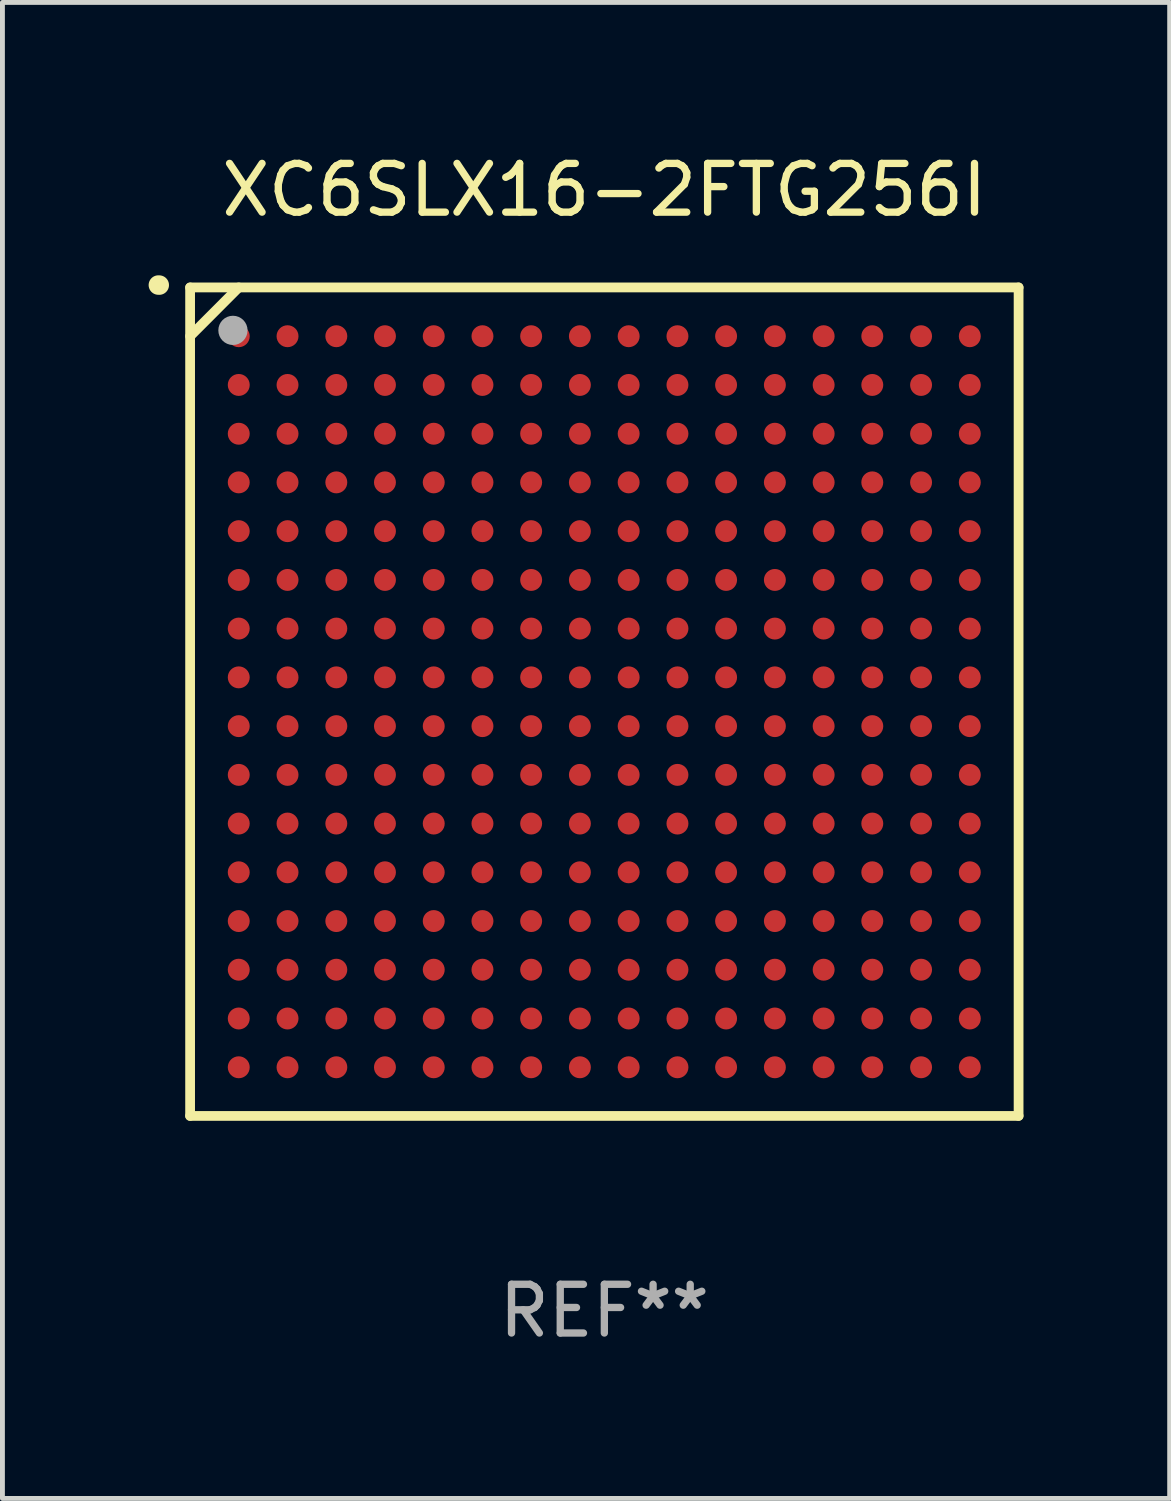
<source format=kicad_pcb>
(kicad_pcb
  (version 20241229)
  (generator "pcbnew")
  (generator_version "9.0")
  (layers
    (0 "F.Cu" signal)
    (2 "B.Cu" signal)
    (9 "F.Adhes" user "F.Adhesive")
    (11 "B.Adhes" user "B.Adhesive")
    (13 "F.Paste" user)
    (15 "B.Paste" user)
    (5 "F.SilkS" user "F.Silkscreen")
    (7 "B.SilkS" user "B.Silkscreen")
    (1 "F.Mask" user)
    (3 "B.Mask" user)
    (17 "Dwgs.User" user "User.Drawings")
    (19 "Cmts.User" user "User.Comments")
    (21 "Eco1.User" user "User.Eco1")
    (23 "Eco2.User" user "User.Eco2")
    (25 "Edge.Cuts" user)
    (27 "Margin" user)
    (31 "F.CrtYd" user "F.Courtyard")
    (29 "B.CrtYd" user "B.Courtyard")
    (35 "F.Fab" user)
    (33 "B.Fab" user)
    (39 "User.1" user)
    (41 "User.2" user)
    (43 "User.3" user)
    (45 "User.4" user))
  (footprint "XC6SLX16-2FTG256I"
    (layer "F.Cu")
    (at 9.351 11.348)
    (property "Reference" "XC6SLX16-2FTG256I" (at 0 -10.5 0) (layer "F.SilkS") (effects (font (size 1 1) (thickness 0.15))))
    (attr through_hole)
    (fp_line (start -8.5 -8.5) (end 8.5 -8.5) (stroke (width 0.2) (type solid)) (layer "F.SilkS"))
    (fp_line (start -8.5 -7.499) (end -7.502 -8.5) (stroke (width 0.2) (type solid)) (layer "F.SilkS"))
    (fp_line (start -8.5 8.5) (end -8.5 -8.5) (stroke (width 0.2) (type solid)) (layer "F.SilkS"))
    (fp_line (start 8.5 -8.5) (end 8.5 8.5) (stroke (width 0.2) (type solid)) (layer "F.SilkS"))
    (fp_line (start 8.5 8.5) (end -8.5 8.5) (stroke (width 0.2) (type solid)) (layer "F.SilkS"))
    (fp_arc (start -9.151181 -8.548768) (mid -9.142295 -8.548541) (end -9.133426 -8.547955) (stroke (width 0.4) (type solid)) (layer "F.SilkS"))
    (fp_circle (center -8.501 -8.499) (end -8.471 -8.499) (stroke (width 0.06) (type solid)) (fill no) (layer "F.SilkS"))
    (fp_circle (center -7.621 -7.619) (end -7.471 -7.619) (stroke (width 0.3) (type solid)) (fill no) (layer "F.Fab"))
    (fp_text user "REF**" (at 0 12.5 0) (layer "F.Fab") (effects (font (size 1 1) (thickness 0.15))))
    (pad "A1" smd circle (at -7.502 -7.499) (size 0.45 0.45) (layers "F.Cu" "F.Mask" "F.Paste"))
    (pad "A2" smd circle (at -6.501 -7.499) (size 0.45 0.45) (layers "F.Cu" "F.Mask" "F.Paste"))
    (pad "A3" smd circle (at -5.5 -7.499) (size 0.45 0.45) (layers "F.Cu" "F.Mask" "F.Paste"))
    (pad "A4" smd circle (at -4.502 -7.499) (size 0.45 0.45) (layers "F.Cu" "F.Mask" "F.Paste"))
    (pad "A5" smd circle (at -3.501 -7.499) (size 0.45 0.45) (layers "F.Cu" "F.Mask" "F.Paste"))
    (pad "A6" smd circle (at -2.501 -7.499) (size 0.45 0.45) (layers "F.Cu" "F.Mask" "F.Paste"))
    (pad "A7" smd circle (at -1.502 -7.499) (size 0.45 0.45) (layers "F.Cu" "F.Mask" "F.Paste"))
    (pad "A8" smd circle (at -0.502 -7.499) (size 0.45 0.45) (layers "F.Cu" "F.Mask" "F.Paste"))
    (pad "A9" smd circle (at 0.499 -7.499) (size 0.45 0.45) (layers "F.Cu" "F.Mask" "F.Paste"))
    (pad "A10" smd circle (at 1.5 -7.499) (size 0.45 0.45) (layers "F.Cu" "F.Mask" "F.Paste"))
    (pad "A11" smd circle (at 2.498 -7.499) (size 0.45 0.45) (layers "F.Cu" "F.Mask" "F.Paste"))
    (pad "A12" smd circle (at 3.499 -7.499) (size 0.45 0.45) (layers "F.Cu" "F.Mask" "F.Paste"))
    (pad "A13" smd circle (at 4.5 -7.499) (size 0.45 0.45) (layers "F.Cu" "F.Mask" "F.Paste"))
    (pad "A14" smd circle (at 5.498 -7.499) (size 0.45 0.45) (layers "F.Cu" "F.Mask" "F.Paste"))
    (pad "A15" smd circle (at 6.499 -7.499) (size 0.45 0.45) (layers "F.Cu" "F.Mask" "F.Paste"))
    (pad "A16" smd circle (at 7.499 -7.499) (size 0.45 0.45) (layers "F.Cu" "F.Mask" "F.Paste"))
    (pad "B1" smd circle (at -7.502 -6.499) (size 0.45 0.45) (layers "F.Cu" "F.Mask" "F.Paste"))
    (pad "B2" smd circle (at -6.501 -6.499) (size 0.45 0.45) (layers "F.Cu" "F.Mask" "F.Paste"))
    (pad "B3" smd circle (at -5.5 -6.499) (size 0.45 0.45) (layers "F.Cu" "F.Mask" "F.Paste"))
    (pad "B4" smd circle (at -4.502 -6.499) (size 0.45 0.45) (layers "F.Cu" "F.Mask" "F.Paste"))
    (pad "B5" smd circle (at -3.501 -6.499) (size 0.45 0.45) (layers "F.Cu" "F.Mask" "F.Paste"))
    (pad "B6" smd circle (at -2.501 -6.499) (size 0.45 0.45) (layers "F.Cu" "F.Mask" "F.Paste"))
    (pad "B7" smd circle (at -1.502 -6.499) (size 0.45 0.45) (layers "F.Cu" "F.Mask" "F.Paste"))
    (pad "B8" smd circle (at -0.502 -6.499) (size 0.45 0.45) (layers "F.Cu" "F.Mask" "F.Paste"))
    (pad "B9" smd circle (at 0.499 -6.499) (size 0.45 0.45) (layers "F.Cu" "F.Mask" "F.Paste"))
    (pad "B10" smd circle (at 1.5 -6.499) (size 0.45 0.45) (layers "F.Cu" "F.Mask" "F.Paste"))
    (pad "B11" smd circle (at 2.498 -6.499) (size 0.45 0.45) (layers "F.Cu" "F.Mask" "F.Paste"))
    (pad "B12" smd circle (at 3.499 -6.499) (size 0.45 0.45) (layers "F.Cu" "F.Mask" "F.Paste"))
    (pad "B13" smd circle (at 4.5 -6.499) (size 0.45 0.45) (layers "F.Cu" "F.Mask" "F.Paste"))
    (pad "B14" smd circle (at 5.498 -6.499) (size 0.45 0.45) (layers "F.Cu" "F.Mask" "F.Paste"))
    (pad "B15" smd circle (at 6.499 -6.499) (size 0.45 0.45) (layers "F.Cu" "F.Mask" "F.Paste"))
    (pad "B16" smd circle (at 7.499 -6.499) (size 0.45 0.45) (layers "F.Cu" "F.Mask" "F.Paste"))
    (pad "C1" smd circle (at -7.502 -5.498) (size 0.45 0.45) (layers "F.Cu" "F.Mask" "F.Paste"))
    (pad "C2" smd circle (at -6.501 -5.498) (size 0.45 0.45) (layers "F.Cu" "F.Mask" "F.Paste"))
    (pad "C3" smd circle (at -5.5 -5.498) (size 0.45 0.45) (layers "F.Cu" "F.Mask" "F.Paste"))
    (pad "C4" smd circle (at -4.502 -5.498) (size 0.45 0.45) (layers "F.Cu" "F.Mask" "F.Paste"))
    (pad "C5" smd circle (at -3.501 -5.498) (size 0.45 0.45) (layers "F.Cu" "F.Mask" "F.Paste"))
    (pad "C6" smd circle (at -2.501 -5.498) (size 0.45 0.45) (layers "F.Cu" "F.Mask" "F.Paste"))
    (pad "C7" smd circle (at -1.502 -5.498) (size 0.45 0.45) (layers "F.Cu" "F.Mask" "F.Paste"))
    (pad "C8" smd circle (at -0.502 -5.498) (size 0.45 0.45) (layers "F.Cu" "F.Mask" "F.Paste"))
    (pad "C9" smd circle (at 0.499 -5.498) (size 0.45 0.45) (layers "F.Cu" "F.Mask" "F.Paste"))
    (pad "C10" smd circle (at 1.5 -5.498) (size 0.45 0.45) (layers "F.Cu" "F.Mask" "F.Paste"))
    (pad "C11" smd circle (at 2.498 -5.498) (size 0.45 0.45) (layers "F.Cu" "F.Mask" "F.Paste"))
    (pad "C12" smd circle (at 3.499 -5.498) (size 0.45 0.45) (layers "F.Cu" "F.Mask" "F.Paste"))
    (pad "C13" smd circle (at 4.5 -5.498) (size 0.45 0.45) (layers "F.Cu" "F.Mask" "F.Paste"))
    (pad "C14" smd circle (at 5.498 -5.498) (size 0.45 0.45) (layers "F.Cu" "F.Mask" "F.Paste"))
    (pad "C15" smd circle (at 6.499 -5.498) (size 0.45 0.45) (layers "F.Cu" "F.Mask" "F.Paste"))
    (pad "C16" smd circle (at 7.499 -5.498) (size 0.45 0.45) (layers "F.Cu" "F.Mask" "F.Paste"))
    (pad "D1" smd circle (at -7.502 -4.5) (size 0.45 0.45) (layers "F.Cu" "F.Mask" "F.Paste"))
    (pad "D2" smd circle (at -6.501 -4.5) (size 0.45 0.45) (layers "F.Cu" "F.Mask" "F.Paste"))
    (pad "D3" smd circle (at -5.5 -4.5) (size 0.45 0.45) (layers "F.Cu" "F.Mask" "F.Paste"))
    (pad "D4" smd circle (at -4.502 -4.5) (size 0.45 0.45) (layers "F.Cu" "F.Mask" "F.Paste"))
    (pad "D5" smd circle (at -3.501 -4.5) (size 0.45 0.45) (layers "F.Cu" "F.Mask" "F.Paste"))
    (pad "D6" smd circle (at -2.501 -4.5) (size 0.45 0.45) (layers "F.Cu" "F.Mask" "F.Paste"))
    (pad "D7" smd circle (at -1.502 -4.5) (size 0.45 0.45) (layers "F.Cu" "F.Mask" "F.Paste"))
    (pad "D8" smd circle (at -0.502 -4.5) (size 0.45 0.45) (layers "F.Cu" "F.Mask" "F.Paste"))
    (pad "D9" smd circle (at 0.499 -4.5) (size 0.45 0.45) (layers "F.Cu" "F.Mask" "F.Paste"))
    (pad "D10" smd circle (at 1.5 -4.5) (size 0.45 0.45) (layers "F.Cu" "F.Mask" "F.Paste"))
    (pad "D11" smd circle (at 2.498 -4.5) (size 0.45 0.45) (layers "F.Cu" "F.Mask" "F.Paste"))
    (pad "D12" smd circle (at 3.499 -4.5) (size 0.45 0.45) (layers "F.Cu" "F.Mask" "F.Paste"))
    (pad "D13" smd circle (at 4.5 -4.5) (size 0.45 0.45) (layers "F.Cu" "F.Mask" "F.Paste"))
    (pad "D14" smd circle (at 5.498 -4.5) (size 0.45 0.45) (layers "F.Cu" "F.Mask" "F.Paste"))
    (pad "D15" smd circle (at 6.499 -4.5) (size 0.45 0.45) (layers "F.Cu" "F.Mask" "F.Paste"))
    (pad "D16" smd circle (at 7.499 -4.5) (size 0.45 0.45) (layers "F.Cu" "F.Mask" "F.Paste"))
    (pad "E1" smd circle (at -7.502 -3.499) (size 0.45 0.45) (layers "F.Cu" "F.Mask" "F.Paste"))
    (pad "E2" smd circle (at -6.501 -3.499) (size 0.45 0.45) (layers "F.Cu" "F.Mask" "F.Paste"))
    (pad "E3" smd circle (at -5.5 -3.499) (size 0.45 0.45) (layers "F.Cu" "F.Mask" "F.Paste"))
    (pad "E4" smd circle (at -4.502 -3.499) (size 0.45 0.45) (layers "F.Cu" "F.Mask" "F.Paste"))
    (pad "E5" smd circle (at -3.501 -3.499) (size 0.45 0.45) (layers "F.Cu" "F.Mask" "F.Paste"))
    (pad "E6" smd circle (at -2.501 -3.499) (size 0.45 0.45) (layers "F.Cu" "F.Mask" "F.Paste"))
    (pad "E7" smd circle (at -1.502 -3.499) (size 0.45 0.45) (layers "F.Cu" "F.Mask" "F.Paste"))
    (pad "E8" smd circle (at -0.502 -3.499) (size 0.45 0.45) (layers "F.Cu" "F.Mask" "F.Paste"))
    (pad "E9" smd circle (at 0.499 -3.499) (size 0.45 0.45) (layers "F.Cu" "F.Mask" "F.Paste"))
    (pad "E10" smd circle (at 1.5 -3.499) (size 0.45 0.45) (layers "F.Cu" "F.Mask" "F.Paste"))
    (pad "E11" smd circle (at 2.498 -3.499) (size 0.45 0.45) (layers "F.Cu" "F.Mask" "F.Paste"))
    (pad "E12" smd circle (at 3.499 -3.499) (size 0.45 0.45) (layers "F.Cu" "F.Mask" "F.Paste"))
    (pad "E13" smd circle (at 4.5 -3.499) (size 0.45 0.45) (layers "F.Cu" "F.Mask" "F.Paste"))
    (pad "E14" smd circle (at 5.498 -3.499) (size 0.45 0.45) (layers "F.Cu" "F.Mask" "F.Paste"))
    (pad "E15" smd circle (at 6.499 -3.499) (size 0.45 0.45) (layers "F.Cu" "F.Mask" "F.Paste"))
    (pad "E16" smd circle (at 7.499 -3.499) (size 0.45 0.45) (layers "F.Cu" "F.Mask" "F.Paste"))
    (pad "F1" smd circle (at -7.502 -2.498) (size 0.45 0.45) (layers "F.Cu" "F.Mask" "F.Paste"))
    (pad "F2" smd circle (at -6.501 -2.498) (size 0.45 0.45) (layers "F.Cu" "F.Mask" "F.Paste"))
    (pad "F3" smd circle (at -5.5 -2.498) (size 0.45 0.45) (layers "F.Cu" "F.Mask" "F.Paste"))
    (pad "F4" smd circle (at -4.502 -2.498) (size 0.45 0.45) (layers "F.Cu" "F.Mask" "F.Paste"))
    (pad "F5" smd circle (at -3.501 -2.498) (size 0.45 0.45) (layers "F.Cu" "F.Mask" "F.Paste"))
    (pad "F6" smd circle (at -2.501 -2.498) (size 0.45 0.45) (layers "F.Cu" "F.Mask" "F.Paste"))
    (pad "F7" smd circle (at -1.502 -2.498) (size 0.45 0.45) (layers "F.Cu" "F.Mask" "F.Paste"))
    (pad "F8" smd circle (at -0.502 -2.498) (size 0.45 0.45) (layers "F.Cu" "F.Mask" "F.Paste"))
    (pad "F9" smd circle (at 0.499 -2.498) (size 0.45 0.45) (layers "F.Cu" "F.Mask" "F.Paste"))
    (pad "F10" smd circle (at 1.5 -2.498) (size 0.45 0.45) (layers "F.Cu" "F.Mask" "F.Paste"))
    (pad "F11" smd circle (at 2.498 -2.498) (size 0.45 0.45) (layers "F.Cu" "F.Mask" "F.Paste"))
    (pad "F12" smd circle (at 3.499 -2.498) (size 0.45 0.45) (layers "F.Cu" "F.Mask" "F.Paste"))
    (pad "F13" smd circle (at 4.5 -2.498) (size 0.45 0.45) (layers "F.Cu" "F.Mask" "F.Paste"))
    (pad "F14" smd circle (at 5.498 -2.498) (size 0.45 0.45) (layers "F.Cu" "F.Mask" "F.Paste"))
    (pad "F15" smd circle (at 6.499 -2.498) (size 0.45 0.45) (layers "F.Cu" "F.Mask" "F.Paste"))
    (pad "F16" smd circle (at 7.499 -2.498) (size 0.45 0.45) (layers "F.Cu" "F.Mask" "F.Paste"))
    (pad "G1" smd circle (at -7.502 -1.5) (size 0.45 0.45) (layers "F.Cu" "F.Mask" "F.Paste"))
    (pad "G2" smd circle (at -6.501 -1.5) (size 0.45 0.45) (layers "F.Cu" "F.Mask" "F.Paste"))
    (pad "G3" smd circle (at -5.5 -1.5) (size 0.45 0.45) (layers "F.Cu" "F.Mask" "F.Paste"))
    (pad "G4" smd circle (at -4.502 -1.5) (size 0.45 0.45) (layers "F.Cu" "F.Mask" "F.Paste"))
    (pad "G5" smd circle (at -3.501 -1.5) (size 0.45 0.45) (layers "F.Cu" "F.Mask" "F.Paste"))
    (pad "G6" smd circle (at -2.501 -1.5) (size 0.45 0.45) (layers "F.Cu" "F.Mask" "F.Paste"))
    (pad "G7" smd circle (at -1.502 -1.5) (size 0.45 0.45) (layers "F.Cu" "F.Mask" "F.Paste"))
    (pad "G8" smd circle (at -0.502 -1.5) (size 0.45 0.45) (layers "F.Cu" "F.Mask" "F.Paste"))
    (pad "G9" smd circle (at 0.499 -1.5) (size 0.45 0.45) (layers "F.Cu" "F.Mask" "F.Paste"))
    (pad "G10" smd circle (at 1.5 -1.5) (size 0.45 0.45) (layers "F.Cu" "F.Mask" "F.Paste"))
    (pad "G11" smd circle (at 2.498 -1.5) (size 0.45 0.45) (layers "F.Cu" "F.Mask" "F.Paste"))
    (pad "G12" smd circle (at 3.499 -1.5) (size 0.45 0.45) (layers "F.Cu" "F.Mask" "F.Paste"))
    (pad "G13" smd circle (at 4.5 -1.5) (size 0.45 0.45) (layers "F.Cu" "F.Mask" "F.Paste"))
    (pad "G14" smd circle (at 5.498 -1.5) (size 0.45 0.45) (layers "F.Cu" "F.Mask" "F.Paste"))
    (pad "G15" smd circle (at 6.499 -1.5) (size 0.45 0.45) (layers "F.Cu" "F.Mask" "F.Paste"))
    (pad "G16" smd circle (at 7.499 -1.5) (size 0.45 0.45) (layers "F.Cu" "F.Mask" "F.Paste"))
    (pad "H1" smd circle (at -7.502 -0.499) (size 0.45 0.45) (layers "F.Cu" "F.Mask" "F.Paste"))
    (pad "H2" smd circle (at -6.501 -0.499) (size 0.45 0.45) (layers "F.Cu" "F.Mask" "F.Paste"))
    (pad "H3" smd circle (at -5.5 -0.499) (size 0.45 0.45) (layers "F.Cu" "F.Mask" "F.Paste"))
    (pad "H4" smd circle (at -4.502 -0.499) (size 0.45 0.45) (layers "F.Cu" "F.Mask" "F.Paste"))
    (pad "H5" smd circle (at -3.501 -0.499) (size 0.45 0.45) (layers "F.Cu" "F.Mask" "F.Paste"))
    (pad "H6" smd circle (at -2.501 -0.499) (size 0.45 0.45) (layers "F.Cu" "F.Mask" "F.Paste"))
    (pad "H7" smd circle (at -1.502 -0.499) (size 0.45 0.45) (layers "F.Cu" "F.Mask" "F.Paste"))
    (pad "H8" smd circle (at -0.502 -0.499) (size 0.45 0.45) (layers "F.Cu" "F.Mask" "F.Paste"))
    (pad "H9" smd circle (at 0.499 -0.499) (size 0.45 0.45) (layers "F.Cu" "F.Mask" "F.Paste"))
    (pad "H10" smd circle (at 1.5 -0.499) (size 0.45 0.45) (layers "F.Cu" "F.Mask" "F.Paste"))
    (pad "H11" smd circle (at 2.498 -0.499) (size 0.45 0.45) (layers "F.Cu" "F.Mask" "F.Paste"))
    (pad "H12" smd circle (at 3.499 -0.499) (size 0.45 0.45) (layers "F.Cu" "F.Mask" "F.Paste"))
    (pad "H13" smd circle (at 4.5 -0.499) (size 0.45 0.45) (layers "F.Cu" "F.Mask" "F.Paste"))
    (pad "H14" smd circle (at 5.498 -0.499) (size 0.45 0.45) (layers "F.Cu" "F.Mask" "F.Paste"))
    (pad "H15" smd circle (at 6.499 -0.499) (size 0.45 0.45) (layers "F.Cu" "F.Mask" "F.Paste"))
    (pad "H16" smd circle (at 7.499 -0.499) (size 0.45 0.45) (layers "F.Cu" "F.Mask" "F.Paste"))
    (pad "J1" smd circle (at -7.502 0.502) (size 0.45 0.45) (layers "F.Cu" "F.Mask" "F.Paste"))
    (pad "J2" smd circle (at -6.501 0.502) (size 0.45 0.45) (layers "F.Cu" "F.Mask" "F.Paste"))
    (pad "J3" smd circle (at -5.5 0.502) (size 0.45 0.45) (layers "F.Cu" "F.Mask" "F.Paste"))
    (pad "J4" smd circle (at -4.502 0.502) (size 0.45 0.45) (layers "F.Cu" "F.Mask" "F.Paste"))
    (pad "J5" smd circle (at -3.501 0.502) (size 0.45 0.45) (layers "F.Cu" "F.Mask" "F.Paste"))
    (pad "J6" smd circle (at -2.501 0.502) (size 0.45 0.45) (layers "F.Cu" "F.Mask" "F.Paste"))
    (pad "J7" smd circle (at -1.502 0.502) (size 0.45 0.45) (layers "F.Cu" "F.Mask" "F.Paste"))
    (pad "J8" smd circle (at -0.502 0.502) (size 0.45 0.45) (layers "F.Cu" "F.Mask" "F.Paste"))
    (pad "J9" smd circle (at 0.499 0.502) (size 0.45 0.45) (layers "F.Cu" "F.Mask" "F.Paste"))
    (pad "J10" smd circle (at 1.5 0.502) (size 0.45 0.45) (layers "F.Cu" "F.Mask" "F.Paste"))
    (pad "J11" smd circle (at 2.498 0.502) (size 0.45 0.45) (layers "F.Cu" "F.Mask" "F.Paste"))
    (pad "J12" smd circle (at 3.499 0.502) (size 0.45 0.45) (layers "F.Cu" "F.Mask" "F.Paste"))
    (pad "J13" smd circle (at 4.5 0.502) (size 0.45 0.45) (layers "F.Cu" "F.Mask" "F.Paste"))
    (pad "J14" smd circle (at 5.498 0.502) (size 0.45 0.45) (layers "F.Cu" "F.Mask" "F.Paste"))
    (pad "J15" smd circle (at 6.499 0.502) (size 0.45 0.45) (layers "F.Cu" "F.Mask" "F.Paste"))
    (pad "J16" smd circle (at 7.499 0.502) (size 0.45 0.45) (layers "F.Cu" "F.Mask" "F.Paste"))
    (pad "K1" smd circle (at -7.502 1.502) (size 0.45 0.45) (layers "F.Cu" "F.Mask" "F.Paste"))
    (pad "K2" smd circle (at -6.501 1.502) (size 0.45 0.45) (layers "F.Cu" "F.Mask" "F.Paste"))
    (pad "K3" smd circle (at -5.5 1.502) (size 0.45 0.45) (layers "F.Cu" "F.Mask" "F.Paste"))
    (pad "K4" smd circle (at -4.502 1.502) (size 0.45 0.45) (layers "F.Cu" "F.Mask" "F.Paste"))
    (pad "K5" smd circle (at -3.501 1.502) (size 0.45 0.45) (layers "F.Cu" "F.Mask" "F.Paste"))
    (pad "K6" smd circle (at -2.501 1.502) (size 0.45 0.45) (layers "F.Cu" "F.Mask" "F.Paste"))
    (pad "K7" smd circle (at -1.502 1.502) (size 0.45 0.45) (layers "F.Cu" "F.Mask" "F.Paste"))
    (pad "K8" smd circle (at -0.502 1.502) (size 0.45 0.45) (layers "F.Cu" "F.Mask" "F.Paste"))
    (pad "K9" smd circle (at 0.499 1.502) (size 0.45 0.45) (layers "F.Cu" "F.Mask" "F.Paste"))
    (pad "K10" smd circle (at 1.5 1.502) (size 0.45 0.45) (layers "F.Cu" "F.Mask" "F.Paste"))
    (pad "K11" smd circle (at 2.498 1.502) (size 0.45 0.45) (layers "F.Cu" "F.Mask" "F.Paste"))
    (pad "K12" smd circle (at 3.499 1.502) (size 0.45 0.45) (layers "F.Cu" "F.Mask" "F.Paste"))
    (pad "K13" smd circle (at 4.5 1.502) (size 0.45 0.45) (layers "F.Cu" "F.Mask" "F.Paste"))
    (pad "K14" smd circle (at 5.498 1.502) (size 0.45 0.45) (layers "F.Cu" "F.Mask" "F.Paste"))
    (pad "K15" smd circle (at 6.499 1.502) (size 0.45 0.45) (layers "F.Cu" "F.Mask" "F.Paste"))
    (pad "K16" smd circle (at 7.499 1.502) (size 0.45 0.45) (layers "F.Cu" "F.Mask" "F.Paste"))
    (pad "L1" smd circle (at -7.502 2.501) (size 0.45 0.45) (layers "F.Cu" "F.Mask" "F.Paste"))
    (pad "L2" smd circle (at -6.501 2.501) (size 0.45 0.45) (layers "F.Cu" "F.Mask" "F.Paste"))
    (pad "L3" smd circle (at -5.5 2.501) (size 0.45 0.45) (layers "F.Cu" "F.Mask" "F.Paste"))
    (pad "L4" smd circle (at -4.502 2.501) (size 0.45 0.45) (layers "F.Cu" "F.Mask" "F.Paste"))
    (pad "L5" smd circle (at -3.501 2.501) (size 0.45 0.45) (layers "F.Cu" "F.Mask" "F.Paste"))
    (pad "L6" smd circle (at -2.501 2.501) (size 0.45 0.45) (layers "F.Cu" "F.Mask" "F.Paste"))
    (pad "L7" smd circle (at -1.502 2.501) (size 0.45 0.45) (layers "F.Cu" "F.Mask" "F.Paste"))
    (pad "L8" smd circle (at -0.502 2.501) (size 0.45 0.45) (layers "F.Cu" "F.Mask" "F.Paste"))
    (pad "L9" smd circle (at 0.499 2.501) (size 0.45 0.45) (layers "F.Cu" "F.Mask" "F.Paste"))
    (pad "L10" smd circle (at 1.5 2.501) (size 0.45 0.45) (layers "F.Cu" "F.Mask" "F.Paste"))
    (pad "L11" smd circle (at 2.498 2.501) (size 0.45 0.45) (layers "F.Cu" "F.Mask" "F.Paste"))
    (pad "L12" smd circle (at 3.499 2.501) (size 0.45 0.45) (layers "F.Cu" "F.Mask" "F.Paste"))
    (pad "L13" smd circle (at 4.5 2.501) (size 0.45 0.45) (layers "F.Cu" "F.Mask" "F.Paste"))
    (pad "L14" smd circle (at 5.498 2.501) (size 0.45 0.45) (layers "F.Cu" "F.Mask" "F.Paste"))
    (pad "L15" smd circle (at 6.499 2.501) (size 0.45 0.45) (layers "F.Cu" "F.Mask" "F.Paste"))
    (pad "L16" smd circle (at 7.499 2.501) (size 0.45 0.45) (layers "F.Cu" "F.Mask" "F.Paste"))
    (pad "M1" smd circle (at -7.502 3.501) (size 0.45 0.45) (layers "F.Cu" "F.Mask" "F.Paste"))
    (pad "M2" smd circle (at -6.501 3.501) (size 0.45 0.45) (layers "F.Cu" "F.Mask" "F.Paste"))
    (pad "M3" smd circle (at -5.5 3.501) (size 0.45 0.45) (layers "F.Cu" "F.Mask" "F.Paste"))
    (pad "M4" smd circle (at -4.502 3.501) (size 0.45 0.45) (layers "F.Cu" "F.Mask" "F.Paste"))
    (pad "M5" smd circle (at -3.501 3.501) (size 0.45 0.45) (layers "F.Cu" "F.Mask" "F.Paste"))
    (pad "M6" smd circle (at -2.501 3.501) (size 0.45 0.45) (layers "F.Cu" "F.Mask" "F.Paste"))
    (pad "M7" smd circle (at -1.502 3.501) (size 0.45 0.45) (layers "F.Cu" "F.Mask" "F.Paste"))
    (pad "M8" smd circle (at -0.502 3.501) (size 0.45 0.45) (layers "F.Cu" "F.Mask" "F.Paste"))
    (pad "M9" smd circle (at 0.499 3.501) (size 0.45 0.45) (layers "F.Cu" "F.Mask" "F.Paste"))
    (pad "M10" smd circle (at 1.5 3.501) (size 0.45 0.45) (layers "F.Cu" "F.Mask" "F.Paste"))
    (pad "M11" smd circle (at 2.498 3.501) (size 0.45 0.45) (layers "F.Cu" "F.Mask" "F.Paste"))
    (pad "M12" smd circle (at 3.499 3.501) (size 0.45 0.45) (layers "F.Cu" "F.Mask" "F.Paste"))
    (pad "M13" smd circle (at 4.5 3.501) (size 0.45 0.45) (layers "F.Cu" "F.Mask" "F.Paste"))
    (pad "M14" smd circle (at 5.498 3.501) (size 0.45 0.45) (layers "F.Cu" "F.Mask" "F.Paste"))
    (pad "M15" smd circle (at 6.499 3.501) (size 0.45 0.45) (layers "F.Cu" "F.Mask" "F.Paste"))
    (pad "M16" smd circle (at 7.499 3.501) (size 0.45 0.45) (layers "F.Cu" "F.Mask" "F.Paste"))
    (pad "N1" smd circle (at -7.502 4.502) (size 0.45 0.45) (layers "F.Cu" "F.Mask" "F.Paste"))
    (pad "N2" smd circle (at -6.501 4.502) (size 0.45 0.45) (layers "F.Cu" "F.Mask" "F.Paste"))
    (pad "N3" smd circle (at -5.5 4.502) (size 0.45 0.45) (layers "F.Cu" "F.Mask" "F.Paste"))
    (pad "N4" smd circle (at -4.502 4.502) (size 0.45 0.45) (layers "F.Cu" "F.Mask" "F.Paste"))
    (pad "N5" smd circle (at -3.501 4.502) (size 0.45 0.45) (layers "F.Cu" "F.Mask" "F.Paste"))
    (pad "N6" smd circle (at -2.501 4.502) (size 0.45 0.45) (layers "F.Cu" "F.Mask" "F.Paste"))
    (pad "N7" smd circle (at -1.502 4.502) (size 0.45 0.45) (layers "F.Cu" "F.Mask" "F.Paste"))
    (pad "N8" smd circle (at -0.502 4.502) (size 0.45 0.45) (layers "F.Cu" "F.Mask" "F.Paste"))
    (pad "N9" smd circle (at 0.499 4.502) (size 0.45 0.45) (layers "F.Cu" "F.Mask" "F.Paste"))
    (pad "N10" smd circle (at 1.5 4.502) (size 0.45 0.45) (layers "F.Cu" "F.Mask" "F.Paste"))
    (pad "N11" smd circle (at 2.498 4.502) (size 0.45 0.45) (layers "F.Cu" "F.Mask" "F.Paste"))
    (pad "N12" smd circle (at 3.499 4.502) (size 0.45 0.45) (layers "F.Cu" "F.Mask" "F.Paste"))
    (pad "N13" smd circle (at 4.5 4.502) (size 0.45 0.45) (layers "F.Cu" "F.Mask" "F.Paste"))
    (pad "N14" smd circle (at 5.498 4.502) (size 0.45 0.45) (layers "F.Cu" "F.Mask" "F.Paste"))
    (pad "N15" smd circle (at 6.499 4.502) (size 0.45 0.45) (layers "F.Cu" "F.Mask" "F.Paste"))
    (pad "N16" smd circle (at 7.499 4.502) (size 0.45 0.45) (layers "F.Cu" "F.Mask" "F.Paste"))
    (pad "P1" smd circle (at -7.502 5.5) (size 0.45 0.45) (layers "F.Cu" "F.Mask" "F.Paste"))
    (pad "P2" smd circle (at -6.501 5.5) (size 0.45 0.45) (layers "F.Cu" "F.Mask" "F.Paste"))
    (pad "P3" smd circle (at -5.5 5.5) (size 0.45 0.45) (layers "F.Cu" "F.Mask" "F.Paste"))
    (pad "P4" smd circle (at -4.502 5.5) (size 0.45 0.45) (layers "F.Cu" "F.Mask" "F.Paste"))
    (pad "P5" smd circle (at -3.501 5.5) (size 0.45 0.45) (layers "F.Cu" "F.Mask" "F.Paste"))
    (pad "P6" smd circle (at -2.501 5.5) (size 0.45 0.45) (layers "F.Cu" "F.Mask" "F.Paste"))
    (pad "P7" smd circle (at -1.502 5.5) (size 0.45 0.45) (layers "F.Cu" "F.Mask" "F.Paste"))
    (pad "P8" smd circle (at -0.502 5.5) (size 0.45 0.45) (layers "F.Cu" "F.Mask" "F.Paste"))
    (pad "P9" smd circle (at 0.499 5.5) (size 0.45 0.45) (layers "F.Cu" "F.Mask" "F.Paste"))
    (pad "P10" smd circle (at 1.5 5.5) (size 0.45 0.45) (layers "F.Cu" "F.Mask" "F.Paste"))
    (pad "P11" smd circle (at 2.498 5.5) (size 0.45 0.45) (layers "F.Cu" "F.Mask" "F.Paste"))
    (pad "P12" smd circle (at 3.499 5.5) (size 0.45 0.45) (layers "F.Cu" "F.Mask" "F.Paste"))
    (pad "P13" smd circle (at 4.5 5.5) (size 0.45 0.45) (layers "F.Cu" "F.Mask" "F.Paste"))
    (pad "P14" smd circle (at 5.498 5.5) (size 0.45 0.45) (layers "F.Cu" "F.Mask" "F.Paste"))
    (pad "P15" smd circle (at 6.499 5.5) (size 0.45 0.45) (layers "F.Cu" "F.Mask" "F.Paste"))
    (pad "P16" smd circle (at 7.499 5.5) (size 0.45 0.45) (layers "F.Cu" "F.Mask" "F.Paste"))
    (pad "R1" smd circle (at -7.502 6.501) (size 0.45 0.45) (layers "F.Cu" "F.Mask" "F.Paste"))
    (pad "R2" smd circle (at -6.501 6.501) (size 0.45 0.45) (layers "F.Cu" "F.Mask" "F.Paste"))
    (pad "R3" smd circle (at -5.5 6.501) (size 0.45 0.45) (layers "F.Cu" "F.Mask" "F.Paste"))
    (pad "R4" smd circle (at -4.502 6.501) (size 0.45 0.45) (layers "F.Cu" "F.Mask" "F.Paste"))
    (pad "R5" smd circle (at -3.501 6.501) (size 0.45 0.45) (layers "F.Cu" "F.Mask" "F.Paste"))
    (pad "R6" smd circle (at -2.501 6.501) (size 0.45 0.45) (layers "F.Cu" "F.Mask" "F.Paste"))
    (pad "R7" smd circle (at -1.502 6.501) (size 0.45 0.45) (layers "F.Cu" "F.Mask" "F.Paste"))
    (pad "R8" smd circle (at -0.502 6.501) (size 0.45 0.45) (layers "F.Cu" "F.Mask" "F.Paste"))
    (pad "R9" smd circle (at 0.499 6.501) (size 0.45 0.45) (layers "F.Cu" "F.Mask" "F.Paste"))
    (pad "R10" smd circle (at 1.5 6.501) (size 0.45 0.45) (layers "F.Cu" "F.Mask" "F.Paste"))
    (pad "R11" smd circle (at 2.498 6.501) (size 0.45 0.45) (layers "F.Cu" "F.Mask" "F.Paste"))
    (pad "R12" smd circle (at 3.499 6.501) (size 0.45 0.45) (layers "F.Cu" "F.Mask" "F.Paste"))
    (pad "R13" smd circle (at 4.5 6.501) (size 0.45 0.45) (layers "F.Cu" "F.Mask" "F.Paste"))
    (pad "R14" smd circle (at 5.498 6.501) (size 0.45 0.45) (layers "F.Cu" "F.Mask" "F.Paste"))
    (pad "R15" smd circle (at 6.499 6.501) (size 0.45 0.45) (layers "F.Cu" "F.Mask" "F.Paste"))
    (pad "R16" smd circle (at 7.499 6.501) (size 0.45 0.45) (layers "F.Cu" "F.Mask" "F.Paste"))
    (pad "T1" smd circle (at -7.502 7.502) (size 0.45 0.45) (layers "F.Cu" "F.Mask" "F.Paste"))
    (pad "T2" smd circle (at -6.501 7.502) (size 0.45 0.45) (layers "F.Cu" "F.Mask" "F.Paste"))
    (pad "T3" smd circle (at -5.5 7.502) (size 0.45 0.45) (layers "F.Cu" "F.Mask" "F.Paste"))
    (pad "T4" smd circle (at -4.502 7.502) (size 0.45 0.45) (layers "F.Cu" "F.Mask" "F.Paste"))
    (pad "T5" smd circle (at -3.501 7.502) (size 0.45 0.45) (layers "F.Cu" "F.Mask" "F.Paste"))
    (pad "T6" smd circle (at -2.501 7.502) (size 0.45 0.45) (layers "F.Cu" "F.Mask" "F.Paste"))
    (pad "T7" smd circle (at -1.502 7.502) (size 0.45 0.45) (layers "F.Cu" "F.Mask" "F.Paste"))
    (pad "T8" smd circle (at -0.502 7.502) (size 0.45 0.45) (layers "F.Cu" "F.Mask" "F.Paste"))
    (pad "T9" smd circle (at 0.499 7.502) (size 0.45 0.45) (layers "F.Cu" "F.Mask" "F.Paste"))
    (pad "T10" smd circle (at 1.5 7.502) (size 0.45 0.45) (layers "F.Cu" "F.Mask" "F.Paste"))
    (pad "T11" smd circle (at 2.498 7.502) (size 0.45 0.45) (layers "F.Cu" "F.Mask" "F.Paste"))
    (pad "T12" smd circle (at 3.499 7.502) (size 0.45 0.45) (layers "F.Cu" "F.Mask" "F.Paste"))
    (pad "T13" smd circle (at 4.5 7.502) (size 0.45 0.45) (layers "F.Cu" "F.Mask" "F.Paste"))
    (pad "T14" smd circle (at 5.498 7.502) (size 0.45 0.45) (layers "F.Cu" "F.Mask" "F.Paste"))
    (pad "T15" smd circle (at 6.499 7.502) (size 0.45 0.45) (layers "F.Cu" "F.Mask" "F.Paste"))
    (pad "T16" smd circle (at 7.499 7.502) (size 0.45 0.45) (layers "F.Cu" "F.Mask" "F.Paste")))
  (gr_rect
    (start -3 -3)
    (end 20.951 27.697)
    (stroke (width 0.1) (type default))
    (fill no)
    (layer "Edge.Cuts")))
</source>
